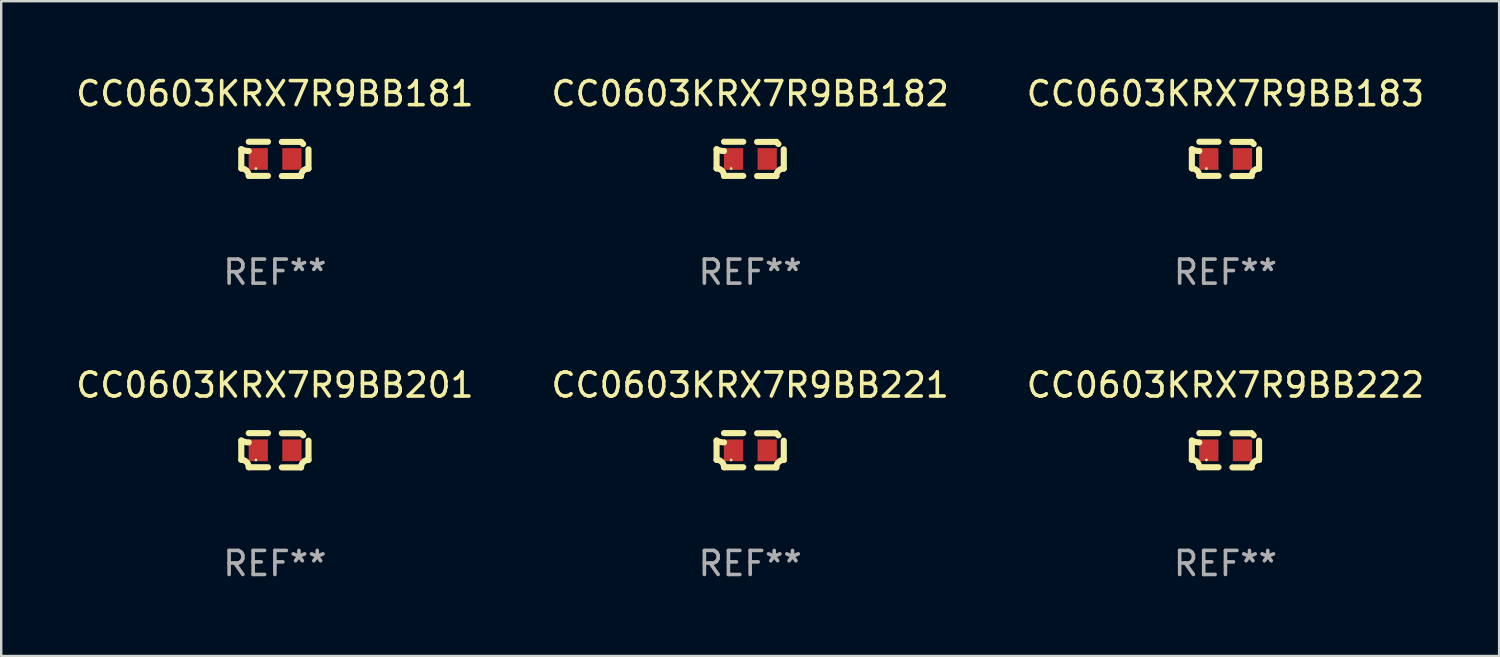
<source format=kicad_pcb>
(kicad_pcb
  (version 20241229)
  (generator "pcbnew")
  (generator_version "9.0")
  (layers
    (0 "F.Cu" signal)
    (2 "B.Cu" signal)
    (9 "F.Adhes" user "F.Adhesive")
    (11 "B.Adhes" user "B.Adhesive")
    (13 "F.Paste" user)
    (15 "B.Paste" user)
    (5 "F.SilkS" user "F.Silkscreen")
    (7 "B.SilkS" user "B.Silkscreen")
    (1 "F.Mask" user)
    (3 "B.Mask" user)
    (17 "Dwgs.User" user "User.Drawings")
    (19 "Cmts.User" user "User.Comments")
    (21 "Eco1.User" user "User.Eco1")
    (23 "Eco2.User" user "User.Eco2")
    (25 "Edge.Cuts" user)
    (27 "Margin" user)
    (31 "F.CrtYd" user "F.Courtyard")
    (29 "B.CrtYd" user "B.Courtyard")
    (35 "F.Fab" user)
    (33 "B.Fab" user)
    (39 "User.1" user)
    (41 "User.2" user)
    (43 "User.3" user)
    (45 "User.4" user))
  (footprint "CC0603KRX7R9BB221"
    (layer "F.Cu")
    (at 28.161 15.683)
    (property "Reference" "CC0603KRX7R9BB221" (at 0 -2.713 0) (layer "F.SilkS") (effects (font (size 1 1) (thickness 0.15))))
    (attr through_hole)
    (fp_line (start -1.398 -0.403) (end -1.398 0.397) (stroke (width 0.254) (type solid)) (layer "F.SilkS"))
    (fp_line (start -0.288 -0.713) (end -1.088 -0.713) (stroke (width 0.254) (type solid)) (layer "F.SilkS"))
    (fp_line (start -0.288 0.707) (end -1.088 0.707) (stroke (width 0.254) (type solid)) (layer "F.SilkS"))
    (fp_line (start 0.288 -0.707) (end 1.088 -0.707) (stroke (width 0.254) (type solid)) (layer "F.SilkS"))
    (fp_line (start 0.288 0.713) (end 1.088 0.713) (stroke (width 0.254) (type solid)) (layer "F.SilkS"))
    (fp_line (start 1.398 -0.397) (end 1.398 0.403) (stroke (width 0.254) (type solid)) (layer "F.SilkS"))
    (fp_arc (start -1.397789 0.397066) (mid -1.178701 0.487826) (end -1.08796 0.706922) (stroke (width 0.254001) (type solid)) (layer "F.SilkS"))
    (fp_arc (start -1.08796 -0.327176) (mid -1.247436 -0.346384) (end -1.39779 -0.402908) (stroke (width 0.254001) (type solid)) (layer "F.SilkS"))
    (fp_arc (start 1.087909 0.712738) (mid 1.178656 0.493655) (end 1.397739 0.402908) (stroke (width 0.254001) (type solid)) (layer "F.SilkS"))
    (fp_arc (start 1.175925 -0.618926) (mid 1.131917 -0.662923) (end 1.08791 -0.706922) (stroke (width 0.254001) (type solid)) (layer "F.SilkS"))
    (fp_circle (center -0.792 0.403) (end -0.762 0.403) (stroke (width 0.06) (type solid)) (fill no) (layer "F.SilkS"))
    (fp_text user "REF**" (at 0 4.713 0) (layer "F.Fab") (effects (font (size 1 1) (thickness 0.15))))
    (pad "1" smd rect (at -0.692 0.003) (size 0.8 0.9) (layers "F.Cu" "F.Mask" "F.Paste"))
    (pad "2" smd rect (at 0.708 0.003) (size 0.8 0.9) (layers "F.Cu" "F.Mask" "F.Paste")))
  (footprint "CC0603KRX7R9BB181"
    (layer "F.Cu")
    (at 8.387 3.561)
    (property "Reference" "CC0603KRX7R9BB181" (at 0 -2.713 0) (layer "F.SilkS") (effects (font (size 1 1) (thickness 0.15))))
    (attr through_hole)
    (fp_line (start -1.398 -0.403) (end -1.398 0.397) (stroke (width 0.254) (type solid)) (layer "F.SilkS"))
    (fp_line (start -0.288 -0.713) (end -1.088 -0.713) (stroke (width 0.254) (type solid)) (layer "F.SilkS"))
    (fp_line (start -0.288 0.707) (end -1.088 0.707) (stroke (width 0.254) (type solid)) (layer "F.SilkS"))
    (fp_line (start 0.288 -0.707) (end 1.088 -0.707) (stroke (width 0.254) (type solid)) (layer "F.SilkS"))
    (fp_line (start 0.288 0.713) (end 1.088 0.713) (stroke (width 0.254) (type solid)) (layer "F.SilkS"))
    (fp_line (start 1.398 -0.397) (end 1.398 0.403) (stroke (width 0.254) (type solid)) (layer "F.SilkS"))
    (fp_arc (start -1.397789 0.397066) (mid -1.178701 0.487826) (end -1.08796 0.706922) (stroke (width 0.254001) (type solid)) (layer "F.SilkS"))
    (fp_arc (start -1.08796 -0.327176) (mid -1.247436 -0.346384) (end -1.39779 -0.402908) (stroke (width 0.254001) (type solid)) (layer "F.SilkS"))
    (fp_arc (start 1.087909 0.712738) (mid 1.178656 0.493655) (end 1.397739 0.402908) (stroke (width 0.254001) (type solid)) (layer "F.SilkS"))
    (fp_arc (start 1.175925 -0.618926) (mid 1.131917 -0.662923) (end 1.08791 -0.706922) (stroke (width 0.254001) (type solid)) (layer "F.SilkS"))
    (fp_circle (center -0.792 0.403) (end -0.762 0.403) (stroke (width 0.06) (type solid)) (fill no) (layer "F.SilkS"))
    (fp_text user "REF**" (at 0 4.713 0) (layer "F.Fab") (effects (font (size 1 1) (thickness 0.15))))
    (pad "1" smd rect (at -0.692 0.003) (size 0.8 0.9) (layers "F.Cu" "F.Mask" "F.Paste"))
    (pad "2" smd rect (at 0.708 0.003) (size 0.8 0.9) (layers "F.Cu" "F.Mask" "F.Paste")))
  (footprint "CC0603KRX7R9BB201"
    (layer "F.Cu")
    (at 8.387 15.683)
    (property "Reference" "CC0603KRX7R9BB201" (at 0 -2.713 0) (layer "F.SilkS") (effects (font (size 1 1) (thickness 0.15))))
    (attr through_hole)
    (fp_line (start -1.398 -0.403) (end -1.398 0.397) (stroke (width 0.254) (type solid)) (layer "F.SilkS"))
    (fp_line (start -0.288 -0.713) (end -1.088 -0.713) (stroke (width 0.254) (type solid)) (layer "F.SilkS"))
    (fp_line (start -0.288 0.707) (end -1.088 0.707) (stroke (width 0.254) (type solid)) (layer "F.SilkS"))
    (fp_line (start 0.288 -0.707) (end 1.088 -0.707) (stroke (width 0.254) (type solid)) (layer "F.SilkS"))
    (fp_line (start 0.288 0.713) (end 1.088 0.713) (stroke (width 0.254) (type solid)) (layer "F.SilkS"))
    (fp_line (start 1.398 -0.397) (end 1.398 0.403) (stroke (width 0.254) (type solid)) (layer "F.SilkS"))
    (fp_arc (start -1.397789 0.397066) (mid -1.178701 0.487826) (end -1.08796 0.706922) (stroke (width 0.254001) (type solid)) (layer "F.SilkS"))
    (fp_arc (start -1.08796 -0.327176) (mid -1.247436 -0.346384) (end -1.39779 -0.402908) (stroke (width 0.254001) (type solid)) (layer "F.SilkS"))
    (fp_arc (start 1.087909 0.712738) (mid 1.178656 0.493655) (end 1.397739 0.402908) (stroke (width 0.254001) (type solid)) (layer "F.SilkS"))
    (fp_arc (start 1.175925 -0.618926) (mid 1.131917 -0.662923) (end 1.08791 -0.706922) (stroke (width 0.254001) (type solid)) (layer "F.SilkS"))
    (fp_circle (center -0.792 0.403) (end -0.762 0.403) (stroke (width 0.06) (type solid)) (fill no) (layer "F.SilkS"))
    (fp_text user "REF**" (at 0 4.713 0) (layer "F.Fab") (effects (font (size 1 1) (thickness 0.15))))
    (pad "1" smd rect (at -0.692 0.003) (size 0.8 0.9) (layers "F.Cu" "F.Mask" "F.Paste"))
    (pad "2" smd rect (at 0.708 0.003) (size 0.8 0.9) (layers "F.Cu" "F.Mask" "F.Paste")))
  (footprint "CC0603KRX7R9BB222"
    (layer "F.Cu")
    (at 47.935 15.683)
    (property "Reference" "CC0603KRX7R9BB222" (at 0 -2.713 0) (layer "F.SilkS") (effects (font (size 1 1) (thickness 0.15))))
    (attr through_hole)
    (fp_line (start -1.398 -0.403) (end -1.398 0.397) (stroke (width 0.254) (type solid)) (layer "F.SilkS"))
    (fp_line (start -0.288 -0.713) (end -1.088 -0.713) (stroke (width 0.254) (type solid)) (layer "F.SilkS"))
    (fp_line (start -0.288 0.707) (end -1.088 0.707) (stroke (width 0.254) (type solid)) (layer "F.SilkS"))
    (fp_line (start 0.288 -0.707) (end 1.088 -0.707) (stroke (width 0.254) (type solid)) (layer "F.SilkS"))
    (fp_line (start 0.288 0.713) (end 1.088 0.713) (stroke (width 0.254) (type solid)) (layer "F.SilkS"))
    (fp_line (start 1.398 -0.397) (end 1.398 0.403) (stroke (width 0.254) (type solid)) (layer "F.SilkS"))
    (fp_arc (start -1.397789 0.397066) (mid -1.178701 0.487826) (end -1.08796 0.706922) (stroke (width 0.254001) (type solid)) (layer "F.SilkS"))
    (fp_arc (start -1.08796 -0.327176) (mid -1.247436 -0.346384) (end -1.39779 -0.402908) (stroke (width 0.254001) (type solid)) (layer "F.SilkS"))
    (fp_arc (start 1.087909 0.712738) (mid 1.178656 0.493655) (end 1.397739 0.402908) (stroke (width 0.254001) (type solid)) (layer "F.SilkS"))
    (fp_arc (start 1.175925 -0.618926) (mid 1.131917 -0.662923) (end 1.08791 -0.706922) (stroke (width 0.254001) (type solid)) (layer "F.SilkS"))
    (fp_circle (center -0.792 0.403) (end -0.762 0.403) (stroke (width 0.06) (type solid)) (fill no) (layer "F.SilkS"))
    (fp_text user "REF**" (at 0 4.713 0) (layer "F.Fab") (effects (font (size 1 1) (thickness 0.15))))
    (pad "1" smd rect (at -0.692 0.003) (size 0.8 0.9) (layers "F.Cu" "F.Mask" "F.Paste"))
    (pad "2" smd rect (at 0.708 0.003) (size 0.8 0.9) (layers "F.Cu" "F.Mask" "F.Paste")))
  (footprint "CC0603KRX7R9BB182"
    (layer "F.Cu")
    (at 28.161 3.561)
    (property "Reference" "CC0603KRX7R9BB182" (at 0 -2.713 0) (layer "F.SilkS") (effects (font (size 1 1) (thickness 0.15))))
    (attr through_hole)
    (fp_line (start -1.398 -0.403) (end -1.398 0.397) (stroke (width 0.254) (type solid)) (layer "F.SilkS"))
    (fp_line (start -0.288 -0.713) (end -1.088 -0.713) (stroke (width 0.254) (type solid)) (layer "F.SilkS"))
    (fp_line (start -0.288 0.707) (end -1.088 0.707) (stroke (width 0.254) (type solid)) (layer "F.SilkS"))
    (fp_line (start 0.288 -0.707) (end 1.088 -0.707) (stroke (width 0.254) (type solid)) (layer "F.SilkS"))
    (fp_line (start 0.288 0.713) (end 1.088 0.713) (stroke (width 0.254) (type solid)) (layer "F.SilkS"))
    (fp_line (start 1.398 -0.397) (end 1.398 0.403) (stroke (width 0.254) (type solid)) (layer "F.SilkS"))
    (fp_arc (start -1.397789 0.397066) (mid -1.178701 0.487826) (end -1.08796 0.706922) (stroke (width 0.254001) (type solid)) (layer "F.SilkS"))
    (fp_arc (start -1.08796 -0.327176) (mid -1.247436 -0.346384) (end -1.39779 -0.402908) (stroke (width 0.254001) (type solid)) (layer "F.SilkS"))
    (fp_arc (start 1.087909 0.712738) (mid 1.178656 0.493655) (end 1.397739 0.402908) (stroke (width 0.254001) (type solid)) (layer "F.SilkS"))
    (fp_arc (start 1.175925 -0.618926) (mid 1.131917 -0.662923) (end 1.08791 -0.706922) (stroke (width 0.254001) (type solid)) (layer "F.SilkS"))
    (fp_circle (center -0.792 0.403) (end -0.762 0.403) (stroke (width 0.06) (type solid)) (fill no) (layer "F.SilkS"))
    (fp_text user "REF**" (at 0 4.713 0) (layer "F.Fab") (effects (font (size 1 1) (thickness 0.15))))
    (pad "1" smd rect (at -0.692 0.003) (size 0.8 0.9) (layers "F.Cu" "F.Mask" "F.Paste"))
    (pad "2" smd rect (at 0.708 0.003) (size 0.8 0.9) (layers "F.Cu" "F.Mask" "F.Paste")))
  (footprint "CC0603KRX7R9BB183"
    (layer "F.Cu")
    (at 47.935 3.561)
    (property "Reference" "CC0603KRX7R9BB183" (at 0 -2.713 0) (layer "F.SilkS") (effects (font (size 1 1) (thickness 0.15))))
    (attr through_hole)
    (fp_line (start -1.398 -0.403) (end -1.398 0.397) (stroke (width 0.254) (type solid)) (layer "F.SilkS"))
    (fp_line (start -0.288 -0.713) (end -1.088 -0.713) (stroke (width 0.254) (type solid)) (layer "F.SilkS"))
    (fp_line (start -0.288 0.707) (end -1.088 0.707) (stroke (width 0.254) (type solid)) (layer "F.SilkS"))
    (fp_line (start 0.288 -0.707) (end 1.088 -0.707) (stroke (width 0.254) (type solid)) (layer "F.SilkS"))
    (fp_line (start 0.288 0.713) (end 1.088 0.713) (stroke (width 0.254) (type solid)) (layer "F.SilkS"))
    (fp_line (start 1.398 -0.397) (end 1.398 0.403) (stroke (width 0.254) (type solid)) (layer "F.SilkS"))
    (fp_arc (start -1.397789 0.397066) (mid -1.178701 0.487826) (end -1.08796 0.706922) (stroke (width 0.254001) (type solid)) (layer "F.SilkS"))
    (fp_arc (start -1.08796 -0.327176) (mid -1.247436 -0.346384) (end -1.39779 -0.402908) (stroke (width 0.254001) (type solid)) (layer "F.SilkS"))
    (fp_arc (start 1.087909 0.712738) (mid 1.178656 0.493655) (end 1.397739 0.402908) (stroke (width 0.254001) (type solid)) (layer "F.SilkS"))
    (fp_arc (start 1.175925 -0.618926) (mid 1.131917 -0.662923) (end 1.08791 -0.706922) (stroke (width 0.254001) (type solid)) (layer "F.SilkS"))
    (fp_circle (center -0.792 0.403) (end -0.762 0.403) (stroke (width 0.06) (type solid)) (fill no) (layer "F.SilkS"))
    (fp_text user "REF**" (at 0 4.713 0) (layer "F.Fab") (effects (font (size 1 1) (thickness 0.15))))
    (pad "1" smd rect (at -0.692 0.003) (size 0.8 0.9) (layers "F.Cu" "F.Mask" "F.Paste"))
    (pad "2" smd rect (at 0.708 0.003) (size 0.8 0.9) (layers "F.Cu" "F.Mask" "F.Paste")))
  (gr_rect
    (start -3 -3)
    (end 59.321 24.244)
    (stroke (width 0.1) (type default))
    (fill no)
    (layer "Edge.Cuts")))
</source>
